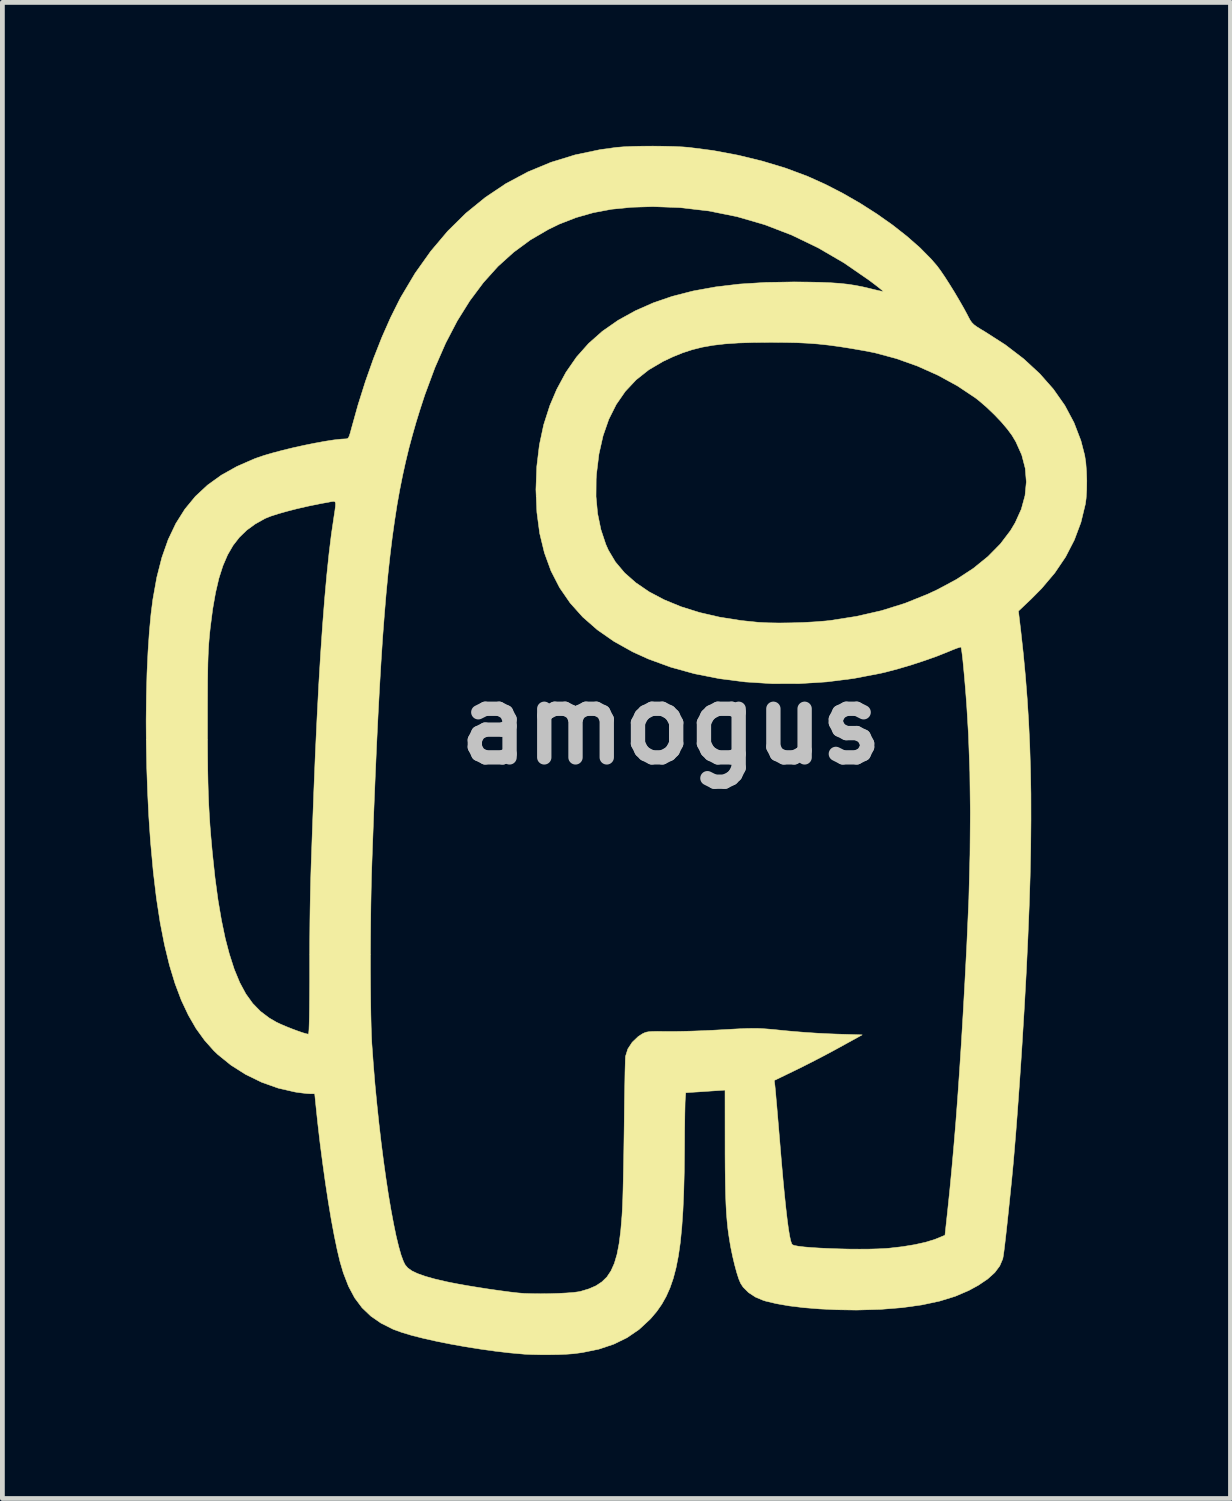
<source format=kicad_pcb>
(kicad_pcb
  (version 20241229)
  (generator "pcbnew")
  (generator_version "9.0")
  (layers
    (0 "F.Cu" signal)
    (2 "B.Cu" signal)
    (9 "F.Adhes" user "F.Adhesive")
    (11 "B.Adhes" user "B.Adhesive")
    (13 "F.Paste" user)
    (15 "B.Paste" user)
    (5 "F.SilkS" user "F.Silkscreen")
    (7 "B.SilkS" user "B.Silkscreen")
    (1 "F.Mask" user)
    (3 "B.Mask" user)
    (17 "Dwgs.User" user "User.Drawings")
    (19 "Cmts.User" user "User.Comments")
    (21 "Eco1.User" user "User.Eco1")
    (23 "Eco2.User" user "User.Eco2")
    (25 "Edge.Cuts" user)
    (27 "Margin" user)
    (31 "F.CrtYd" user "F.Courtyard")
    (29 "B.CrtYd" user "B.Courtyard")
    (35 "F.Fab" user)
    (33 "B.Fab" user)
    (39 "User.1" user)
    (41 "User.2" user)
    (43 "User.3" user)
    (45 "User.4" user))
  (footprint "amogus"
    (layer "F.Cu")
    (at 10.977 12.094)
    (property "Reference" "amogus" (at 0 0 0) (layer "Dwgs.User") (effects (font (size 1.524 1.524) (thickness 0.3))))
    (attr through_hole)
    (fp_poly (pts (xy -0.153 -12.087) (xy 0.058 -12.082) (xy 0.245 -12.073) (xy 0.37 -12.063) (xy 0.883 -11.997) (xy 1.401 -11.9) (xy 1.91 -11.776) (xy 2.397 -11.629) (xy 2.85 -11.46) (xy 2.866 -11.453) (xy 3.23 -11.289) (xy 3.595 -11.101) (xy 3.955 -10.894) (xy 4.303 -10.672) (xy 4.632 -10.44) (xy 4.935 -10.202) (xy 5.207 -9.963) (xy 5.439 -9.728) (xy 5.561 -9.587) (xy 5.633 -9.49) (xy 5.723 -9.358) (xy 5.823 -9.202) (xy 5.928 -9.033) (xy 6.03 -8.86) (xy 6.124 -8.696) (xy 6.203 -8.549) (xy 6.217 -8.521) (xy 6.253 -8.454) (xy 6.288 -8.403) (xy 6.332 -8.358) (xy 6.395 -8.312) (xy 6.486 -8.255) (xy 6.557 -8.213) (xy 6.989 -7.936) (xy 7.372 -7.643) (xy 7.708 -7.333) (xy 7.995 -7.008) (xy 8.235 -6.666) (xy 8.426 -6.307) (xy 8.57 -5.932) (xy 8.649 -5.626) (xy 8.672 -5.475) (xy 8.686 -5.293) (xy 8.693 -5.096) (xy 8.69 -4.901) (xy 8.679 -4.726) (xy 8.664 -4.61) (xy 8.57 -4.222) (xy 8.432 -3.854) (xy 8.251 -3.503) (xy 8.023 -3.166) (xy 7.747 -2.84) (xy 7.533 -2.624) (xy 7.264 -2.369) (xy 7.315 -1.94) (xy 7.366 -1.475) (xy 7.41 -1.008) (xy 7.447 -0.537) (xy 7.477 -0.059) (xy 7.5 0.431) (xy 7.516 0.935) (xy 7.525 1.457) (xy 7.526 2) (xy 7.521 2.569) (xy 7.509 3.165) (xy 7.489 3.793) (xy 7.462 4.456) (xy 7.429 5.157) (xy 7.388 5.901) (xy 7.34 6.689) (xy 7.314 7.087) (xy 7.288 7.469) (xy 7.261 7.848) (xy 7.234 8.216) (xy 7.207 8.567) (xy 7.18 8.892) (xy 7.155 9.184) (xy 7.131 9.436) (xy 7.124 9.512) (xy 7.086 9.881) (xy 7.053 10.2) (xy 7.024 10.471) (xy 6.999 10.697) (xy 6.978 10.878) (xy 6.961 11.016) (xy 6.947 11.113) (xy 6.937 11.169) (xy 6.935 11.176) (xy 6.873 11.321) (xy 6.769 11.46) (xy 6.619 11.595) (xy 6.423 11.727) (xy 6.225 11.835) (xy 5.942 11.956) (xy 5.614 12.057) (xy 5.243 12.136) (xy 4.832 12.193) (xy 4.382 12.229) (xy 3.896 12.243) (xy 3.847 12.243) (xy 3.471 12.237) (xy 3.113 12.22) (xy 2.777 12.193) (xy 2.471 12.156) (xy 2.202 12.109) (xy 1.975 12.055) (xy 1.93 12.041) (xy 1.766 11.972) (xy 1.621 11.877) (xy 1.508 11.764) (xy 1.456 11.684) (xy 1.417 11.592) (xy 1.375 11.46) (xy 1.331 11.298) (xy 1.288 11.117) (xy 1.249 10.927) (xy 1.235 10.846) (xy 1.211 10.697) (xy 1.19 10.547) (xy 1.174 10.391) (xy 1.16 10.222) (xy 1.15 10.034) (xy 1.142 9.821) (xy 1.137 9.579) (xy 1.133 9.3) (xy 1.131 8.979) (xy 1.131 8.807) (xy 1.13 7.645) (xy 0.94 7.658) (xy 0.817 7.666) (xy 0.674 7.676) (xy 0.538 7.685) (xy 0.529 7.685) (xy 0.309 7.7) (xy 0.298 7.844) (xy 0.295 7.904) (xy 0.293 8.007) (xy 0.29 8.147) (xy 0.288 8.317) (xy 0.285 8.508) (xy 0.284 8.715) (xy 0.283 8.865) (xy 0.278 9.346) (xy 0.267 9.779) (xy 0.25 10.17) (xy 0.226 10.519) (xy 0.195 10.832) (xy 0.155 11.111) (xy 0.106 11.36) (xy 0.048 11.582) (xy -0.021 11.781) (xy -0.101 11.96) (xy -0.192 12.122) (xy -0.296 12.271) (xy -0.414 12.411) (xy -0.441 12.44) (xy -0.667 12.649) (xy -0.918 12.821) (xy -1.197 12.957) (xy -1.508 13.061) (xy -1.855 13.132) (xy -2.037 13.156) (xy -2.173 13.166) (xy -2.344 13.174) (xy -2.534 13.177) (xy -2.728 13.177) (xy -2.91 13.173) (xy -3.065 13.166) (xy -3.073 13.165) (xy -3.367 13.139) (xy -3.674 13.103) (xy -3.989 13.059) (xy -4.304 13.009) (xy -4.612 12.954) (xy -4.906 12.895) (xy -5.178 12.834) (xy -5.423 12.772) (xy -5.632 12.709) (xy -5.798 12.649) (xy -5.816 12.641) (xy -6.064 12.516) (xy -6.276 12.369) (xy -6.458 12.195) (xy -6.612 11.989) (xy -6.741 11.747) (xy -6.85 11.465) (xy -6.92 11.227) (xy -6.979 10.978) (xy -7.04 10.684) (xy -7.102 10.351) (xy -7.163 9.985) (xy -7.223 9.591) (xy -7.281 9.176) (xy -7.337 8.746) (xy -7.388 8.306) (xy -7.431 7.893) (xy -7.448 7.722) (xy -7.54 7.721) (xy -7.608 7.717) (xy -7.707 7.706) (xy -7.821 7.691) (xy -7.863 7.684) (xy -8.211 7.604) (xy -8.557 7.481) (xy -8.89 7.319) (xy -9.199 7.123) (xy -9.476 6.899) (xy -9.557 6.821) (xy -9.751 6.603) (xy -9.929 6.356) (xy -10.09 6.077) (xy -10.237 5.765) (xy -10.368 5.417) (xy -10.485 5.032) (xy -10.588 4.608) (xy -10.679 4.141) (xy -10.757 3.632) (xy -10.823 3.077) (xy -10.878 2.474) (xy -10.882 2.426) (xy -10.916 1.93) (xy -10.941 1.423) (xy -10.959 0.91) (xy -10.969 0.398) (xy -10.972 -0.051) (xy -9.689 -0.051) (xy -9.689 0.323) (xy -9.687 0.654) (xy -9.684 0.948) (xy -9.679 1.212) (xy -9.672 1.454) (xy -9.663 1.68) (xy -9.651 1.898) (xy -9.637 2.115) (xy -9.619 2.338) (xy -9.598 2.573) (xy -9.587 2.692) (xy -9.532 3.207) (xy -9.469 3.674) (xy -9.397 4.096) (xy -9.318 4.475) (xy -9.234 4.795) (xy -9.13 5.119) (xy -9.015 5.397) (xy -8.888 5.633) (xy -8.744 5.833) (xy -8.581 6) (xy -8.395 6.14) (xy -8.253 6.223) (xy -8.162 6.266) (xy -8.048 6.315) (xy -7.925 6.364) (xy -7.804 6.409) (xy -7.697 6.446) (xy -7.616 6.469) (xy -7.581 6.476) (xy -7.574 6.454) (xy -7.568 6.39) (xy -7.564 6.28) (xy -7.56 6.125) (xy -7.557 5.923) (xy -7.555 5.673) (xy -7.553 5.374) (xy -7.553 5.147) (xy -6.283 5.147) (xy -6.281 5.471) (xy -6.278 5.777) (xy -6.274 6.057) (xy -6.268 6.307) (xy -6.261 6.518) (xy -6.253 6.686) (xy -6.252 6.693) (xy -6.222 7.107) (xy -6.188 7.523) (xy -6.148 7.936) (xy -6.105 8.343) (xy -6.059 8.739) (xy -6.01 9.122) (xy -5.959 9.487) (xy -5.907 9.831) (xy -5.853 10.149) (xy -5.799 10.438) (xy -5.746 10.695) (xy -5.693 10.914) (xy -5.642 11.094) (xy -5.592 11.229) (xy -5.557 11.298) (xy -5.502 11.363) (xy -5.417 11.424) (xy -5.297 11.481) (xy -5.14 11.537) (xy -4.941 11.593) (xy -4.697 11.65) (xy -4.61 11.668) (xy -4.449 11.699) (xy -4.252 11.734) (xy -4.031 11.77) (xy -3.8 11.806) (xy -3.574 11.838) (xy -3.365 11.866) (xy -3.2 11.885) (xy -3.067 11.896) (xy -2.905 11.901) (xy -2.725 11.903) (xy -2.538 11.901) (xy -2.353 11.895) (xy -2.182 11.886) (xy -2.036 11.875) (xy -1.924 11.86) (xy -1.887 11.852) (xy -1.715 11.8) (xy -1.568 11.736) (xy -1.444 11.654) (xy -1.339 11.552) (xy -1.254 11.424) (xy -1.184 11.268) (xy -1.128 11.079) (xy -1.084 10.852) (xy -1.05 10.584) (xy -1.024 10.271) (xy -1.018 10.168) (xy -1.013 10.063) (xy -1.007 9.914) (xy -1.002 9.728) (xy -0.997 9.511) (xy -0.992 9.269) (xy -0.987 9.01) (xy -0.983 8.74) (xy -0.979 8.465) (xy -0.978 8.395) (xy -0.975 8.133) (xy -0.972 7.884) (xy -0.968 7.653) (xy -0.964 7.446) (xy -0.961 7.266) (xy -0.957 7.121) (xy -0.954 7.013) (xy -0.951 6.949) (xy -0.949 6.935) (xy -0.902 6.785) (xy -0.811 6.646) (xy -0.687 6.527) (xy -0.597 6.468) (xy -0.555 6.448) (xy -0.512 6.433) (xy -0.458 6.424) (xy -0.384 6.419) (xy -0.282 6.418) (xy -0.14 6.419) (xy -0.089 6.42) (xy 0.049 6.42) (xy 0.225 6.417) (xy 0.429 6.412) (xy 0.647 6.404) (xy 0.869 6.394) (xy 1.054 6.384) (xy 1.267 6.372) (xy 1.439 6.363) (xy 1.58 6.357) (xy 1.699 6.355) (xy 1.805 6.355) (xy 1.91 6.36) (xy 2.021 6.368) (xy 2.149 6.379) (xy 2.304 6.395) (xy 2.362 6.401) (xy 2.573 6.42) (xy 2.809 6.439) (xy 3.052 6.455) (xy 3.282 6.467) (xy 3.466 6.474) (xy 3.998 6.49) (xy 3.528 6.749) (xy 3.348 6.847) (xy 3.144 6.955) (xy 2.935 7.063) (xy 2.739 7.162) (xy 2.609 7.226) (xy 2.16 7.443) (xy 2.173 7.55) (xy 2.178 7.599) (xy 2.187 7.691) (xy 2.198 7.823) (xy 2.213 7.987) (xy 2.229 8.179) (xy 2.247 8.391) (xy 2.266 8.618) (xy 2.275 8.725) (xy 2.31 9.146) (xy 2.343 9.518) (xy 2.374 9.841) (xy 2.403 10.118) (xy 2.43 10.35) (xy 2.455 10.538) (xy 2.479 10.684) (xy 2.501 10.789) (xy 2.522 10.853) (xy 2.536 10.876) (xy 2.577 10.893) (xy 2.663 10.909) (xy 2.787 10.924) (xy 2.941 10.937) (xy 3.12 10.948) (xy 3.316 10.957) (xy 3.523 10.964) (xy 3.734 10.969) (xy 3.942 10.97) (xy 4.142 10.969) (xy 4.326 10.964) (xy 4.488 10.956) (xy 4.562 10.95) (xy 4.84 10.918) (xy 5.096 10.876) (xy 5.321 10.826) (xy 5.506 10.77) (xy 5.562 10.748) (xy 5.728 10.679) (xy 5.783 10.172) (xy 5.829 9.731) (xy 5.872 9.278) (xy 5.914 8.807) (xy 5.955 8.315) (xy 5.994 7.797) (xy 6.032 7.25) (xy 6.07 6.669) (xy 6.107 6.05) (xy 6.144 5.389) (xy 6.181 4.681) (xy 6.184 4.623) (xy 6.227 3.647) (xy 6.251 2.718) (xy 6.258 1.835) (xy 6.248 1) (xy 6.219 0.21) (xy 6.184 -0.374) (xy 6.168 -0.592) (xy 6.151 -0.803) (xy 6.134 -1.003) (xy 6.117 -1.185) (xy 6.102 -1.342) (xy 6.087 -1.47) (xy 6.075 -1.561) (xy 6.065 -1.611) (xy 6.062 -1.617) (xy 6.036 -1.612) (xy 5.972 -1.591) (xy 5.882 -1.556) (xy 5.781 -1.514) (xy 5.558 -1.425) (xy 5.301 -1.334) (xy 5.027 -1.244) (xy 4.752 -1.163) (xy 4.492 -1.094) (xy 4.394 -1.071) (xy 3.828 -0.962) (xy 3.257 -0.889) (xy 2.685 -0.853) (xy 2.117 -0.852) (xy 1.56 -0.887) (xy 1.017 -0.956) (xy 0.493 -1.059) (xy -0.005 -1.197) (xy -0.473 -1.368) (xy -0.797 -1.515) (xy -1.19 -1.734) (xy -1.539 -1.977) (xy -1.845 -2.245) (xy -2.108 -2.539) (xy -2.329 -2.86) (xy -2.508 -3.209) (xy -2.646 -3.588) (xy -2.745 -3.996) (xy -2.803 -4.435) (xy -2.817 -4.763) (xy -1.567 -4.763) (xy -1.534 -4.408) (xy -1.465 -4.073) (xy -1.363 -3.766) (xy -1.309 -3.644) (xy -1.162 -3.397) (xy -0.97 -3.169) (xy -0.734 -2.961) (xy -0.457 -2.772) (xy -0.141 -2.605) (xy 0.212 -2.46) (xy 0.599 -2.339) (xy 1.019 -2.242) (xy 1.469 -2.171) (xy 1.829 -2.134) (xy 2.026 -2.124) (xy 2.259 -2.12) (xy 2.513 -2.123) (xy 2.771 -2.131) (xy 3.019 -2.145) (xy 3.242 -2.163) (xy 3.332 -2.173) (xy 3.88 -2.259) (xy 4.397 -2.377) (xy 4.89 -2.531) (xy 5.368 -2.723) (xy 5.575 -2.82) (xy 5.97 -3.032) (xy 6.321 -3.262) (xy 6.627 -3.51) (xy 6.886 -3.773) (xy 7.098 -4.052) (xy 7.196 -4.216) (xy 7.324 -4.499) (xy 7.402 -4.785) (xy 7.429 -5.07) (xy 7.406 -5.354) (xy 7.333 -5.634) (xy 7.21 -5.908) (xy 7.13 -6.042) (xy 7.033 -6.173) (xy 6.906 -6.323) (xy 6.758 -6.478) (xy 6.601 -6.628) (xy 6.447 -6.761) (xy 6.363 -6.827) (xy 5.991 -7.075) (xy 5.584 -7.298) (xy 5.153 -7.491) (xy 4.708 -7.649) (xy 4.261 -7.769) (xy 4.064 -7.808) (xy 3.772 -7.859) (xy 3.518 -7.899) (xy 3.289 -7.93) (xy 3.073 -7.953) (xy 2.857 -7.969) (xy 2.631 -7.98) (xy 2.38 -7.985) (xy 2.094 -7.987) (xy 2.083 -7.987) (xy 1.724 -7.984) (xy 1.408 -7.974) (xy 1.129 -7.955) (xy 0.88 -7.926) (xy 0.654 -7.886) (xy 0.443 -7.833) (xy 0.241 -7.767) (xy 0.042 -7.686) (xy -0.162 -7.59) (xy -0.165 -7.589) (xy -0.465 -7.412) (xy -0.728 -7.204) (xy -0.955 -6.962) (xy -1.145 -6.687) (xy -1.3 -6.378) (xy -1.42 -6.033) (xy -1.506 -5.652) (xy -1.557 -5.234) (xy -1.564 -5.128) (xy -1.567 -4.763) (xy -2.817 -4.763) (xy -2.823 -4.907) (xy -2.823 -4.913) (xy -2.805 -5.393) (xy -2.751 -5.842) (xy -2.661 -6.264) (xy -2.532 -6.666) (xy -2.389 -7.002) (xy -2.196 -7.36) (xy -1.975 -7.679) (xy -1.722 -7.964) (xy -1.434 -8.219) (xy -1.107 -8.447) (xy -0.745 -8.647) (xy -0.372 -8.812) (xy 0.03 -8.95) (xy 0.464 -9.061) (xy 0.932 -9.146) (xy 1.438 -9.206) (xy 1.983 -9.24) (xy 2.57 -9.25) (xy 2.576 -9.25) (xy 2.871 -9.247) (xy 3.123 -9.242) (xy 3.339 -9.233) (xy 3.528 -9.22) (xy 3.696 -9.202) (xy 3.852 -9.178) (xy 4.002 -9.149) (xy 4.139 -9.117) (xy 4.253 -9.089) (xy 4.347 -9.067) (xy 4.412 -9.054) (xy 4.437 -9.052) (xy 4.421 -9.069) (xy 4.371 -9.111) (xy 4.294 -9.172) (xy 4.196 -9.246) (xy 4.147 -9.283) (xy 3.618 -9.648) (xy 3.077 -9.963) (xy 2.524 -10.23) (xy 1.959 -10.447) (xy 1.381 -10.615) (xy 0.791 -10.734) (xy 0.188 -10.804) (xy -0.381 -10.825) (xy -0.829 -10.811) (xy -1.241 -10.77) (xy -1.624 -10.698) (xy -1.986 -10.595) (xy -2.335 -10.459) (xy -2.565 -10.347) (xy -2.94 -10.128) (xy -3.29 -9.87) (xy -3.618 -9.574) (xy -3.922 -9.236) (xy -4.205 -8.857) (xy -4.468 -8.436) (xy -4.711 -7.97) (xy -4.935 -7.458) (xy -5.142 -6.9) (xy -5.154 -6.865) (xy -5.243 -6.592) (xy -5.327 -6.321) (xy -5.405 -6.048) (xy -5.479 -5.773) (xy -5.547 -5.491) (xy -5.611 -5.201) (xy -5.671 -4.9) (xy -5.727 -4.586) (xy -5.778 -4.256) (xy -5.827 -3.908) (xy -5.872 -3.54) (xy -5.915 -3.149) (xy -5.955 -2.732) (xy -5.992 -2.288) (xy -6.028 -1.813) (xy -6.061 -1.306) (xy -6.093 -0.763) (xy -6.124 -0.183) (xy -6.154 0.437) (xy -6.183 1.1) (xy -6.212 1.807) (xy -6.24 2.562) (xy -6.252 2.896) (xy -6.261 3.171) (xy -6.268 3.472) (xy -6.274 3.793) (xy -6.278 4.128) (xy -6.281 4.469) (xy -6.283 4.811) (xy -6.283 5.147) (xy -7.553 5.147) (xy -7.553 5.086) (xy -7.553 4.814) (xy -7.552 4.563) (xy -7.55 4.329) (xy -7.548 4.104) (xy -7.545 3.884) (xy -7.541 3.663) (xy -7.536 3.434) (xy -7.53 3.193) (xy -7.522 2.932) (xy -7.512 2.646) (xy -7.501 2.329) (xy -7.488 1.975) (xy -7.473 1.579) (xy -7.467 1.41) (xy -7.435 0.62) (xy -7.4 -0.123) (xy -7.364 -0.819) (xy -7.325 -1.466) (xy -7.284 -2.065) (xy -7.241 -2.616) (xy -7.196 -3.117) (xy -7.149 -3.569) (xy -7.1 -3.971) (xy -7.048 -4.323) (xy -7.047 -4.331) (xy -7.026 -4.468) (xy -7.014 -4.562) (xy -7.012 -4.621) (xy -7.022 -4.652) (xy -7.044 -4.663) (xy -7.079 -4.66) (xy -7.093 -4.658) (xy -7.337 -4.613) (xy -7.578 -4.564) (xy -7.81 -4.511) (xy -8.024 -4.456) (xy -8.212 -4.403) (xy -8.367 -4.353) (xy -8.481 -4.307) (xy -8.495 -4.3) (xy -8.694 -4.188) (xy -8.869 -4.06) (xy -9.022 -3.912) (xy -9.155 -3.741) (xy -9.269 -3.544) (xy -9.367 -3.316) (xy -9.451 -3.054) (xy -9.521 -2.754) (xy -9.581 -2.412) (xy -9.631 -2.024) (xy -9.644 -1.901) (xy -9.654 -1.792) (xy -9.663 -1.681) (xy -9.67 -1.562) (xy -9.676 -1.431) (xy -9.681 -1.28) (xy -9.684 -1.106) (xy -9.687 -0.903) (xy -9.688 -0.665) (xy -9.689 -0.387) (xy -9.689 -0.064) (xy -9.689 -0.051) (xy -10.972 -0.051) (xy -10.972 -0.107) (xy -10.966 -0.599) (xy -10.954 -1.072) (xy -10.933 -1.519) (xy -10.905 -1.934) (xy -10.87 -2.31) (xy -10.831 -2.616) (xy -10.749 -3.074) (xy -10.643 -3.489) (xy -10.511 -3.864) (xy -10.351 -4.2) (xy -10.162 -4.5) (xy -9.942 -4.767) (xy -9.688 -5.003) (xy -9.399 -5.211) (xy -9.074 -5.393) (xy -8.71 -5.552) (xy -8.661 -5.57) (xy -8.509 -5.622) (xy -8.324 -5.676) (xy -8.116 -5.731) (xy -7.894 -5.785) (xy -7.667 -5.835) (xy -7.444 -5.88) (xy -7.236 -5.918) (xy -7.05 -5.947) (xy -6.896 -5.964) (xy -6.804 -5.969) (xy -6.77 -5.972) (xy -6.746 -5.989) (xy -6.725 -6.03) (xy -6.702 -6.103) (xy -6.682 -6.179) (xy -6.542 -6.681) (xy -6.387 -7.172) (xy -6.22 -7.645) (xy -6.044 -8.092) (xy -5.862 -8.504) (xy -5.677 -8.875) (xy -5.649 -8.928) (xy -5.349 -9.432) (xy -5.022 -9.892) (xy -4.668 -10.311) (xy -4.288 -10.686) (xy -3.881 -11.017) (xy -3.45 -11.306) (xy -2.993 -11.55) (xy -2.511 -11.75) (xy -2.005 -11.906) (xy -1.475 -12.017) (xy -1.138 -12.063) (xy -0.992 -12.075) (xy -0.808 -12.083) (xy -0.599 -12.088) (xy -0.376 -12.089) (xy -0.153 -12.087)) (stroke (width 0.01) (type solid)) (fill yes) (layer "F.SilkS")))
  (gr_rect
    (start -3 -3)
    (end 22.674 28.277)
    (stroke (width 0.1) (type default))
    (fill no)
    (layer "Edge.Cuts")))
</source>
